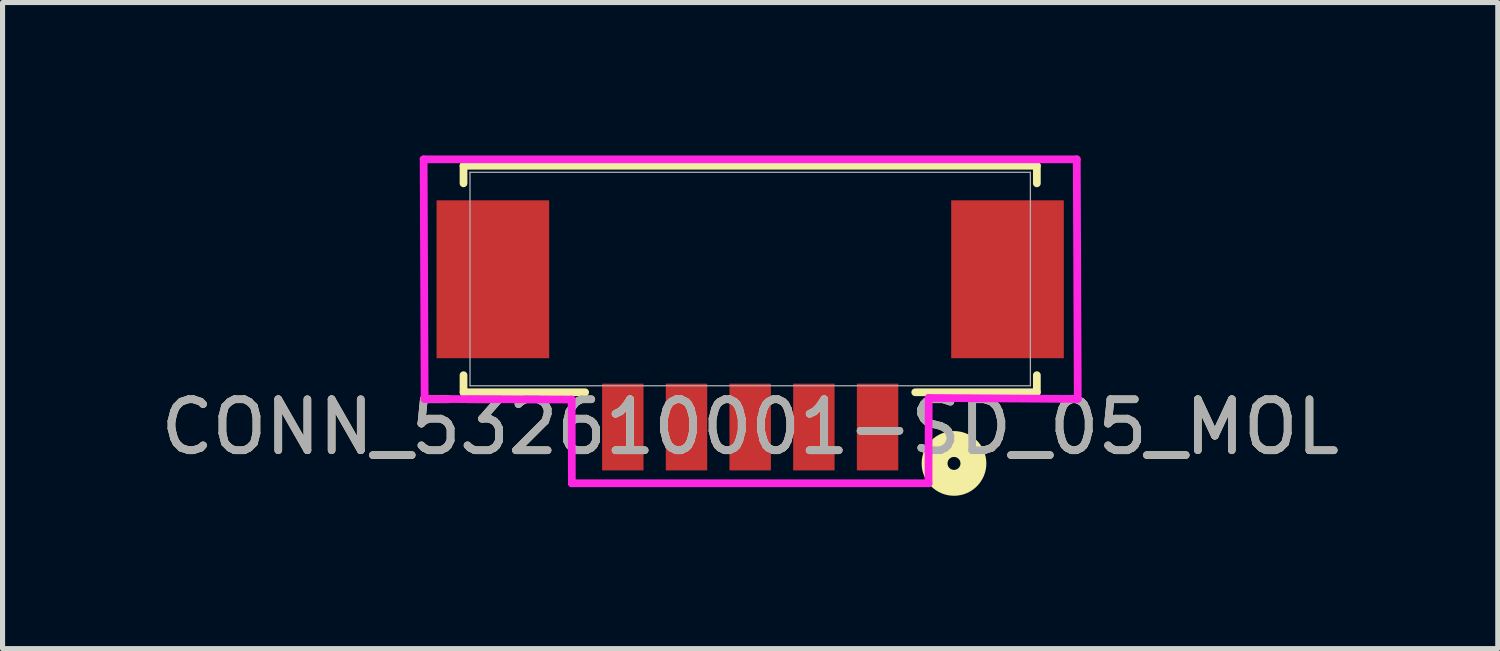
<source format=kicad_pcb>
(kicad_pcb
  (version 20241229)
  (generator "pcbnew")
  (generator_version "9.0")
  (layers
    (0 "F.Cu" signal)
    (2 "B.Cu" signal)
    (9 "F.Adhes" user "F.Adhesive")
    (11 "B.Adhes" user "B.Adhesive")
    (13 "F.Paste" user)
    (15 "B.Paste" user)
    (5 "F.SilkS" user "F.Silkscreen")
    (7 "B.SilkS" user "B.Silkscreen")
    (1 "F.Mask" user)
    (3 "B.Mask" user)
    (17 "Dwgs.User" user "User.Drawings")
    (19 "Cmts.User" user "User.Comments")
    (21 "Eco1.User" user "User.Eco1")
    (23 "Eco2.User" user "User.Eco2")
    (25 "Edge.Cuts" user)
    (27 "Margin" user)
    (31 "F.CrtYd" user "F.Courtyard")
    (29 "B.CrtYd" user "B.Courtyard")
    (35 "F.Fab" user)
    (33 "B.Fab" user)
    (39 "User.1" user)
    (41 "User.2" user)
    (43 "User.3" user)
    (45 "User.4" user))
  (footprint "CONN_532610001-SD_05_MOL"
    (layer "F.Cu")
    (at 11.673 2.426)
    (property "Reference" "CONN_532610001-SD_05_MOL" (at 0 2.905 0) (unlocked yes) (layer "F.SilkS") (effects (font (size 1 1) (thickness 0.15))))
    (attr smd)
    (fp_line (start -5.626 -2.223) (end -5.626 -1.878) (stroke (width 0.152) (type solid)) (layer "F.SilkS"))
    (fp_line (start -5.626 1.887) (end -5.626 2.223) (stroke (width 0.152) (type solid)) (layer "F.SilkS"))
    (fp_line (start -5.626 2.223) (end -3.239 2.223) (stroke (width 0.152) (type solid)) (layer "F.SilkS"))
    (fp_line (start 3.239 2.223) (end 5.626 2.223) (stroke (width 0.152) (type solid)) (layer "F.SilkS"))
    (fp_line (start 5.626 -2.223) (end -5.626 -2.223) (stroke (width 0.152) (type solid)) (layer "F.SilkS"))
    (fp_line (start 5.626 -1.878) (end 5.626 -2.223) (stroke (width 0.152) (type solid)) (layer "F.SilkS"))
    (fp_line (start 5.626 2.223) (end 5.626 1.887) (stroke (width 0.152) (type solid)) (layer "F.SilkS"))
    (fp_circle (center 4 3.619) (end 4.381 3.619) (stroke (width 0.508) (type solid)) (fill no) (layer "F.SilkS"))
    (fp_line (start -6.409 -2.349) (end -6.389 2.354) (stroke (width 0.152) (type solid)) (layer "F.CrtYd"))
    (fp_line (start -6.389 2.354) (end -3.504 2.365) (stroke (width 0.152) (type solid)) (layer "F.CrtYd"))
    (fp_line (start -3.504 2.365) (end -3.5 4.009) (stroke (width 0.152) (type solid)) (layer "F.CrtYd"))
    (fp_line (start -3.5 4.009) (end 3.5 4.009) (stroke (width 0.152) (type solid)) (layer "F.CrtYd"))
    (fp_line (start 3.5 4.009) (end 3.503 2.334) (stroke (width 0.152) (type solid)) (layer "F.CrtYd"))
    (fp_line (start 3.503 2.334) (end 6.429 2.354) (stroke (width 0.152) (type solid)) (layer "F.CrtYd"))
    (fp_line (start 6.409 -2.349) (end -6.409 -2.349) (stroke (width 0.152) (type solid)) (layer "F.CrtYd"))
    (fp_line (start 6.429 2.354) (end 6.409 -2.349) (stroke (width 0.152) (type solid)) (layer "F.CrtYd"))
    (fp_line (start -5.499 -2.095) (end -5.499 2.095) (stroke (width 0.025) (type solid)) (layer "F.Fab"))
    (fp_line (start -5.499 2.095) (end 5.499 2.095) (stroke (width 0.025) (type solid)) (layer "F.Fab"))
    (fp_line (start 5.499 -2.095) (end -5.499 -2.095) (stroke (width 0.025) (type solid)) (layer "F.Fab"))
    (fp_line (start 5.499 2.095) (end 5.499 -2.095) (stroke (width 0.025) (type solid)) (layer "F.Fab"))
    (fp_text user "${REFERENCE}" (at 0 2.905 0) (unlocked yes) (layer "F.Fab") (effects (font (size 1 1) (thickness 0.15))))
    (pad "1" smd rect (at 2.5 2.905) (size 0.813 1.702) (layers "F.Cu" "F.Mask" "F.Paste"))
    (pad "2" smd rect (at 1.25 2.905) (size 0.813 1.702) (layers "F.Cu" "F.Mask" "F.Paste"))
    (pad "3" smd rect (at 0 2.905) (size 0.813 1.702) (layers "F.Cu" "F.Mask" "F.Paste"))
    (pad "4" smd rect (at -1.25 2.905) (size 0.813 1.702) (layers "F.Cu" "F.Mask" "F.Paste"))
    (pad "5" smd rect (at -2.5 2.905) (size 0.813 1.702) (layers "F.Cu" "F.Mask" "F.Paste"))
    (pad "6" smd rect (at -5.05 0.005) (size 2.21 3.099) (layers "F.Cu" "F.Mask" "F.Paste"))
    (pad "7" smd rect (at 5.05 0.005) (size 2.21 3.099) (layers "F.Cu" "F.Mask" "F.Paste")))
  (gr_rect
    (start -3 -3)
    (end 26.345 9.68)
    (stroke (width 0.1) (type default))
    (fill no)
    (layer "Edge.Cuts")))
</source>
